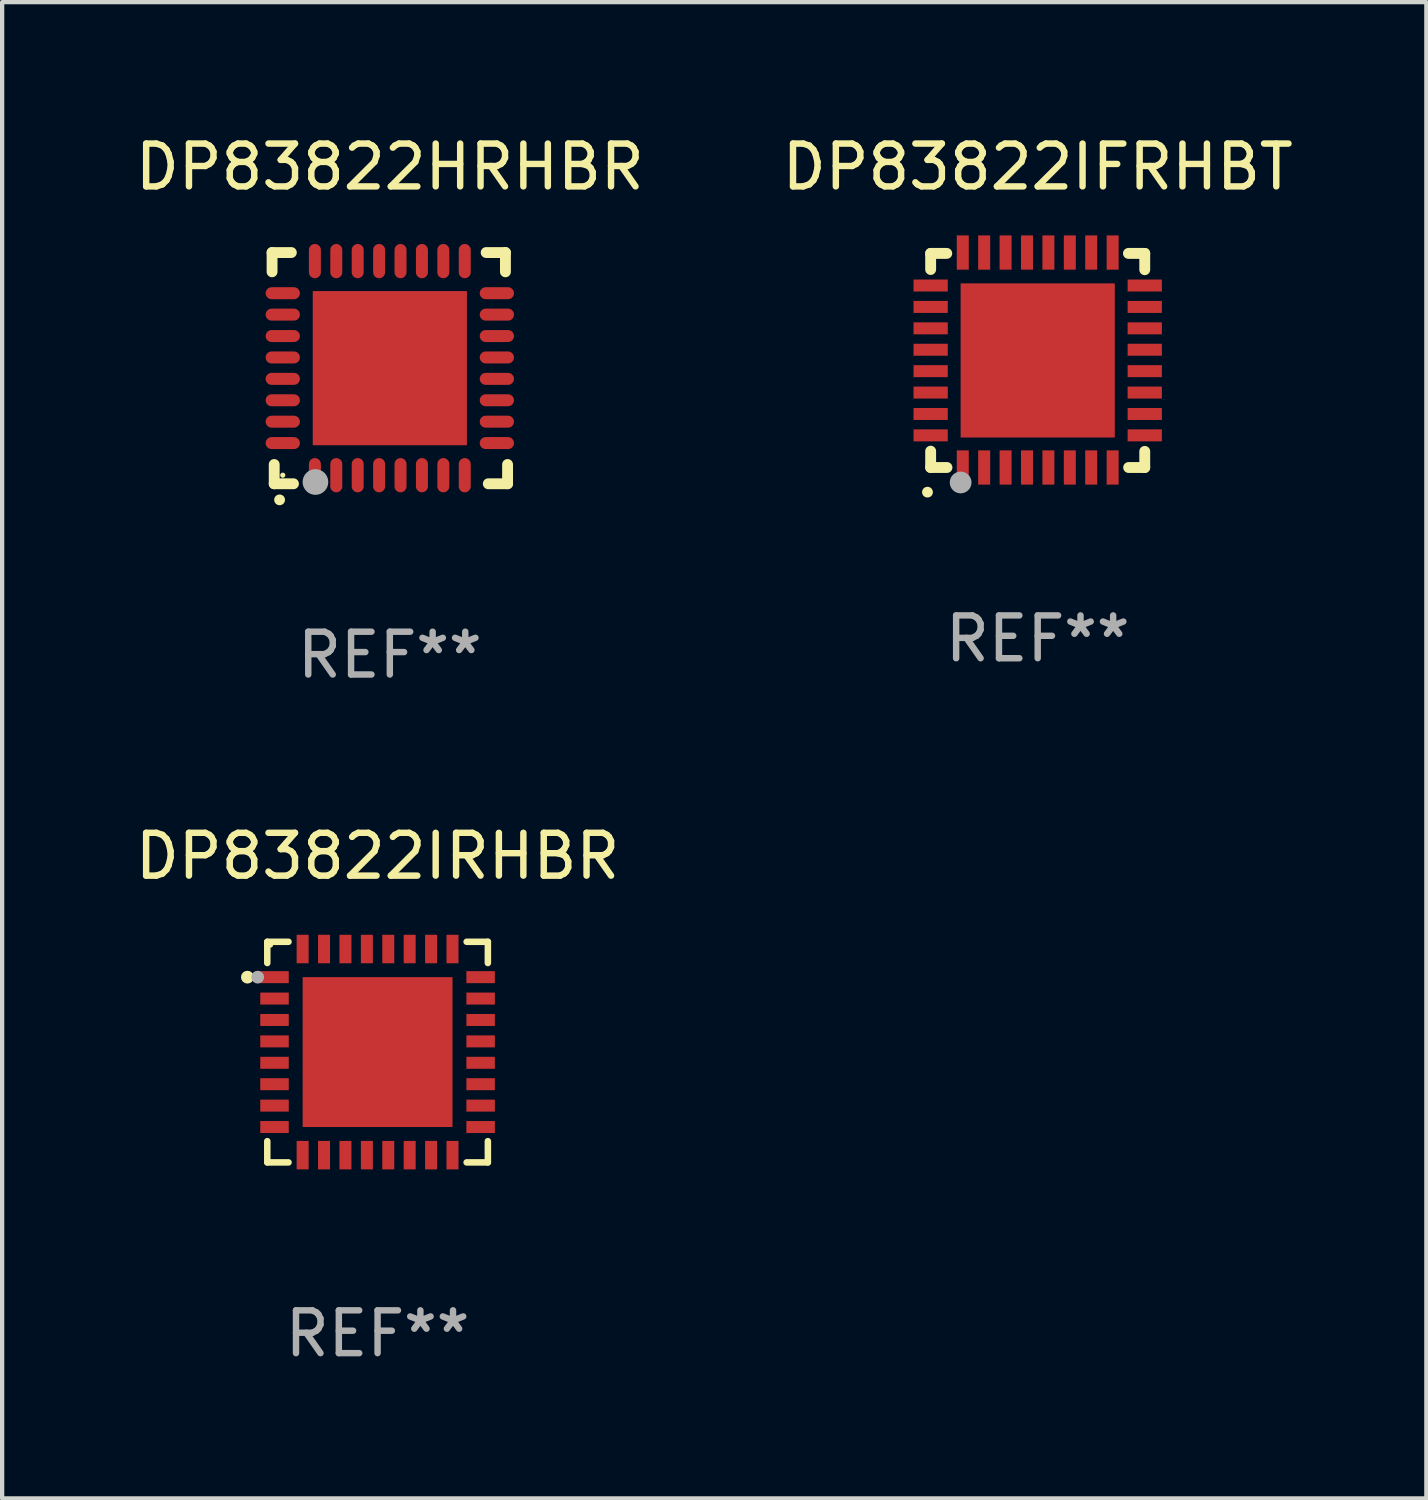
<source format=kicad_pcb>
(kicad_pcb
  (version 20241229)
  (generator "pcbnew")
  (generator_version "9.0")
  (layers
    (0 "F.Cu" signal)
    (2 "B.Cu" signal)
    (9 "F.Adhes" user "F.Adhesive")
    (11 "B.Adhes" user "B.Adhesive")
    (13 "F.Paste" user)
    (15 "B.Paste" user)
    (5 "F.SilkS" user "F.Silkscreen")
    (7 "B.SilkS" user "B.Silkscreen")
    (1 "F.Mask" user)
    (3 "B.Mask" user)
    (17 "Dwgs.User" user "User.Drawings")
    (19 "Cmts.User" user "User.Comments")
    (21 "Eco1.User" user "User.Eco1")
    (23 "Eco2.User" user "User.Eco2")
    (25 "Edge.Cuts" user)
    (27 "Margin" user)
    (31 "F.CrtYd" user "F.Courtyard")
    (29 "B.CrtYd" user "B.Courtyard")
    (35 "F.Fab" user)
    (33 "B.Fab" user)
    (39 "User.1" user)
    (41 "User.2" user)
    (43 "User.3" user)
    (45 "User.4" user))
  (footprint "DP83822HRHBR"
    (layer "F.Cu")
    (at 6.054 5.548)
    (property "Reference" "DP83822HRHBR" (at 0 -4.7 0) (layer "F.SilkS") (effects (font (size 1 1) (thickness 0.15))))
    (attr through_hole)
    (fp_line (start -2.75 -2.7) (end -2.75 -2.25) (stroke (width 0.254) (type solid)) (layer "F.SilkS"))
    (fp_line (start -2.7 2.7) (end -2.7 2.25) (stroke (width 0.254) (type solid)) (layer "F.SilkS"))
    (fp_line (start -2.3 -2.7) (end -2.75 -2.7) (stroke (width 0.254) (type solid)) (layer "F.SilkS"))
    (fp_line (start -2.25 2.7) (end -2.7 2.7) (stroke (width 0.254) (type solid)) (layer "F.SilkS"))
    (fp_line (start 2.3 2.7) (end 2.75 2.7) (stroke (width 0.254) (type solid)) (layer "F.SilkS"))
    (fp_line (start 2.7 -2.7) (end 2.25 -2.7) (stroke (width 0.254) (type solid)) (layer "F.SilkS"))
    (fp_line (start 2.7 -2.25) (end 2.7 -2.7) (stroke (width 0.254) (type solid)) (layer "F.SilkS"))
    (fp_line (start 2.75 2.7) (end 2.75 2.25) (stroke (width 0.254) (type solid)) (layer "F.SilkS"))
    (fp_arc (start -2.575565 3.075946) (mid -2.574295 3.07594) (end -2.573025 3.075946) (stroke (width 0.25) (type solid)) (layer "F.SilkS"))
    (fp_circle (center -2.5 2.5) (end -2.47 2.5) (stroke (width 0.06) (type solid)) (fill no) (layer "F.SilkS"))
    (fp_circle (center -1.737 2.659) (end -1.587 2.659) (stroke (width 0.3) (type solid)) (fill no) (layer "F.Fab"))
    (fp_text user "REF**" (at 0 6.7 0) (layer "F.Fab") (effects (font (size 1 1) (thickness 0.15))))
    (pad "1" smd oval (at -1.75 2.5) (size 0.28 0.8) (layers "F.Cu" "F.Mask" "F.Paste"))
    (pad "2" smd oval (at -1.25 2.5) (size 0.28 0.8) (layers "F.Cu" "F.Mask" "F.Paste"))
    (pad "3" smd oval (at -0.75 2.5) (size 0.28 0.8) (layers "F.Cu" "F.Mask" "F.Paste"))
    (pad "4" smd oval (at -0.25 2.5) (size 0.28 0.8) (layers "F.Cu" "F.Mask" "F.Paste"))
    (pad "5" smd oval (at 0.25 2.5) (size 0.28 0.8) (layers "F.Cu" "F.Mask" "F.Paste"))
    (pad "6" smd oval (at 0.75 2.5) (size 0.28 0.8) (layers "F.Cu" "F.Mask" "F.Paste"))
    (pad "7" smd oval (at 1.25 2.5) (size 0.28 0.8) (layers "F.Cu" "F.Mask" "F.Paste"))
    (pad "8" smd oval (at 1.75 2.5) (size 0.28 0.8) (layers "F.Cu" "F.Mask" "F.Paste"))
    (pad "9" smd oval (at 2.5 1.75) (size 0.8 0.28) (layers "F.Cu" "F.Mask" "F.Paste"))
    (pad "10" smd oval (at 2.5 1.25) (size 0.8 0.28) (layers "F.Cu" "F.Mask" "F.Paste"))
    (pad "11" smd oval (at 2.5 0.75) (size 0.8 0.28) (layers "F.Cu" "F.Mask" "F.Paste"))
    (pad "12" smd oval (at 2.5 0.25) (size 0.8 0.28) (layers "F.Cu" "F.Mask" "F.Paste"))
    (pad "13" smd oval (at 2.5 -0.25) (size 0.8 0.28) (layers "F.Cu" "F.Mask" "F.Paste"))
    (pad "14" smd oval (at 2.5 -0.75) (size 0.8 0.28) (layers "F.Cu" "F.Mask" "F.Paste"))
    (pad "15" smd oval (at 2.5 -1.25) (size 0.8 0.28) (layers "F.Cu" "F.Mask" "F.Paste"))
    (pad "16" smd oval (at 2.5 -1.75) (size 0.8 0.28) (layers "F.Cu" "F.Mask" "F.Paste"))
    (pad "17" smd oval (at 1.75 -2.5) (size 0.28 0.8) (layers "F.Cu" "F.Mask" "F.Paste"))
    (pad "18" smd oval (at 1.25 -2.5) (size 0.28 0.8) (layers "F.Cu" "F.Mask" "F.Paste"))
    (pad "19" smd oval (at 0.75 -2.5) (size 0.28 0.8) (layers "F.Cu" "F.Mask" "F.Paste"))
    (pad "20" smd oval (at 0.25 -2.5) (size 0.28 0.8) (layers "F.Cu" "F.Mask" "F.Paste"))
    (pad "21" smd oval (at -0.25 -2.5) (size 0.28 0.8) (layers "F.Cu" "F.Mask" "F.Paste"))
    (pad "22" smd oval (at -0.75 -2.5) (size 0.28 0.8) (layers "F.Cu" "F.Mask" "F.Paste"))
    (pad "23" smd oval (at -1.25 -2.5) (size 0.28 0.8) (layers "F.Cu" "F.Mask" "F.Paste"))
    (pad "24" smd oval (at -1.75 -2.5) (size 0.28 0.8) (layers "F.Cu" "F.Mask" "F.Paste"))
    (pad "25" smd oval (at -2.5 -1.75) (size 0.8 0.28) (layers "F.Cu" "F.Mask" "F.Paste"))
    (pad "26" smd oval (at -2.5 -1.25) (size 0.8 0.28) (layers "F.Cu" "F.Mask" "F.Paste"))
    (pad "27" smd oval (at -2.5 -0.75) (size 0.8 0.28) (layers "F.Cu" "F.Mask" "F.Paste"))
    (pad "28" smd oval (at -2.5 -0.25) (size 0.8 0.28) (layers "F.Cu" "F.Mask" "F.Paste"))
    (pad "29" smd oval (at -2.5 0.25) (size 0.8 0.28) (layers "F.Cu" "F.Mask" "F.Paste"))
    (pad "30" smd oval (at -2.5 0.75) (size 0.8 0.28) (layers "F.Cu" "F.Mask" "F.Paste"))
    (pad "31" smd oval (at -2.5 1.25) (size 0.8 0.28) (layers "F.Cu" "F.Mask" "F.Paste"))
    (pad "32" smd oval (at -2.5 1.75) (size 0.8 0.28) (layers "F.Cu" "F.Mask" "F.Paste"))
    (pad "33" smd rect (at 0.000076 0.000076) (size 3.6 3.6) (layers "F.Cu" "F.Mask" "F.Paste")))
  (footprint "DP83822IRHBR"
    (layer "F.Cu")
    (at 5.768 21.521)
    (property "Reference" "DP83822IRHBR" (at 0 -4.576 0) (layer "F.SilkS") (effects (font (size 1 1) (thickness 0.15))))
    (attr through_hole)
    (fp_line (start -2.576 -2.576) (end -2.576 -2.08) (stroke (width 0.152) (type solid)) (layer "F.SilkS"))
    (fp_line (start -2.576 2.576) (end -2.576 2.08) (stroke (width 0.152) (type solid)) (layer "F.SilkS"))
    (fp_line (start -2.08 -2.576) (end -2.576 -2.576) (stroke (width 0.152) (type solid)) (layer "F.SilkS"))
    (fp_line (start -2.08 2.576) (end -2.576 2.576) (stroke (width 0.152) (type solid)) (layer "F.SilkS"))
    (fp_line (start 2.08 -2.576) (end 2.576 -2.576) (stroke (width 0.152) (type solid)) (layer "F.SilkS"))
    (fp_line (start 2.08 2.576) (end 2.576 2.576) (stroke (width 0.152) (type solid)) (layer "F.SilkS"))
    (fp_line (start 2.576 -2.576) (end 2.576 -2.08) (stroke (width 0.152) (type solid)) (layer "F.SilkS"))
    (fp_line (start 2.576 2.576) (end 2.576 2.08) (stroke (width 0.152) (type solid)) (layer "F.SilkS"))
    (fp_circle (center -3.04 -1.75) (end -2.965 -1.75) (stroke (width 0.15) (type solid)) (fill no) (layer "F.SilkS"))
    (fp_circle (center -2.5 -2.5) (end -2.47 -2.5) (stroke (width 0.06) (type solid)) (fill no) (layer "F.SilkS"))
    (fp_circle (center -2.8 -1.75) (end -2.725 -1.75) (stroke (width 0.15) (type solid)) (fill no) (layer "F.Fab"))
    (fp_text user "REF**" (at 0 6.576 0) (layer "F.Fab") (effects (font (size 1 1) (thickness 0.15))))
    (pad "1" smd rect (at -2.407 -1.75) (size 0.665 0.28) (layers "F.Cu" "F.Mask" "F.Paste"))
    (pad "2" smd rect (at -2.407 -1.25) (size 0.665 0.28) (layers "F.Cu" "F.Mask" "F.Paste"))
    (pad "3" smd rect (at -2.407 -0.75) (size 0.665 0.28) (layers "F.Cu" "F.Mask" "F.Paste"))
    (pad "4" smd rect (at -2.407 -0.25) (size 0.665 0.28) (layers "F.Cu" "F.Mask" "F.Paste"))
    (pad "5" smd rect (at -2.407 0.25) (size 0.665 0.28) (layers "F.Cu" "F.Mask" "F.Paste"))
    (pad "6" smd rect (at -2.407 0.75) (size 0.665 0.28) (layers "F.Cu" "F.Mask" "F.Paste"))
    (pad "7" smd rect (at -2.407 1.25) (size 0.665 0.28) (layers "F.Cu" "F.Mask" "F.Paste"))
    (pad "8" smd rect (at -2.407 1.75) (size 0.665 0.28) (layers "F.Cu" "F.Mask" "F.Paste"))
    (pad "9" smd rect (at -1.75 2.407) (size 0.28 0.665) (layers "F.Cu" "F.Mask" "F.Paste"))
    (pad "10" smd rect (at -1.25 2.407) (size 0.28 0.665) (layers "F.Cu" "F.Mask" "F.Paste"))
    (pad "11" smd rect (at -0.75 2.407) (size 0.28 0.665) (layers "F.Cu" "F.Mask" "F.Paste"))
    (pad "12" smd rect (at -0.25 2.407) (size 0.28 0.665) (layers "F.Cu" "F.Mask" "F.Paste"))
    (pad "13" smd rect (at 0.25 2.407) (size 0.28 0.665) (layers "F.Cu" "F.Mask" "F.Paste"))
    (pad "14" smd rect (at 0.75 2.407) (size 0.28 0.665) (layers "F.Cu" "F.Mask" "F.Paste"))
    (pad "15" smd rect (at 1.25 2.407) (size 0.28 0.665) (layers "F.Cu" "F.Mask" "F.Paste"))
    (pad "16" smd rect (at 1.75 2.407) (size 0.28 0.665) (layers "F.Cu" "F.Mask" "F.Paste"))
    (pad "17" smd rect (at 2.407 1.75) (size 0.665 0.28) (layers "F.Cu" "F.Mask" "F.Paste"))
    (pad "18" smd rect (at 2.407 1.25) (size 0.665 0.28) (layers "F.Cu" "F.Mask" "F.Paste"))
    (pad "19" smd rect (at 2.407 0.75) (size 0.665 0.28) (layers "F.Cu" "F.Mask" "F.Paste"))
    (pad "20" smd rect (at 2.407 0.25) (size 0.665 0.28) (layers "F.Cu" "F.Mask" "F.Paste"))
    (pad "21" smd rect (at 2.407 -0.25) (size 0.665 0.28) (layers "F.Cu" "F.Mask" "F.Paste"))
    (pad "22" smd rect (at 2.407 -0.75) (size 0.665 0.28) (layers "F.Cu" "F.Mask" "F.Paste"))
    (pad "23" smd rect (at 2.407 -1.25) (size 0.665 0.28) (layers "F.Cu" "F.Mask" "F.Paste"))
    (pad "24" smd rect (at 2.407 -1.75) (size 0.665 0.28) (layers "F.Cu" "F.Mask" "F.Paste"))
    (pad "25" smd rect (at 1.75 -2.407) (size 0.28 0.665) (layers "F.Cu" "F.Mask" "F.Paste"))
    (pad "26" smd rect (at 1.25 -2.407) (size 0.28 0.665) (layers "F.Cu" "F.Mask" "F.Paste"))
    (pad "27" smd rect (at 0.75 -2.407) (size 0.28 0.665) (layers "F.Cu" "F.Mask" "F.Paste"))
    (pad "28" smd rect (at 0.25 -2.407) (size 0.28 0.665) (layers "F.Cu" "F.Mask" "F.Paste"))
    (pad "29" smd rect (at -0.25 -2.407) (size 0.28 0.665) (layers "F.Cu" "F.Mask" "F.Paste"))
    (pad "30" smd rect (at -0.75 -2.407) (size 0.28 0.665) (layers "F.Cu" "F.Mask" "F.Paste"))
    (pad "31" smd rect (at -1.25 -2.407) (size 0.28 0.665) (layers "F.Cu" "F.Mask" "F.Paste"))
    (pad "32" smd rect (at -1.75 -2.407) (size 0.28 0.665) (layers "F.Cu" "F.Mask" "F.Paste"))
    (pad "33" smd rect (at 0 0) (size 3.5 3.5) (layers "F.Cu" "F.Mask" "F.Paste")))
  (footprint "DP83822IFRHBT"
    (layer "F.Cu")
    (at 21.185 5.358)
    (property "Reference" "DP83822IFRHBT" (at 0 -4.51 0) (layer "F.SilkS") (effects (font (size 1 1) (thickness 0.15))))
    (attr through_hole)
    (fp_line (start -2.5 -2.49) (end -2.124 -2.49) (stroke (width 0.254) (type solid)) (layer "F.SilkS"))
    (fp_line (start -2.5 -2.114) (end -2.5 -2.49) (stroke (width 0.254) (type solid)) (layer "F.SilkS"))
    (fp_line (start -2.5 2.51) (end -2.5 2.129) (stroke (width 0.254) (type solid)) (layer "F.SilkS"))
    (fp_line (start -2.5 2.51) (end -2.119 2.51) (stroke (width 0.254) (type solid)) (layer "F.SilkS"))
    (fp_line (start 2.119 -2.49) (end 2.5 -2.49) (stroke (width 0.254) (type solid)) (layer "F.SilkS"))
    (fp_line (start 2.124 2.51) (end 2.5 2.51) (stroke (width 0.254) (type solid)) (layer "F.SilkS"))
    (fp_line (start 2.5 -2.49) (end 2.5 -2.109) (stroke (width 0.254) (type solid)) (layer "F.SilkS"))
    (fp_line (start 2.5 2.134) (end 2.5 2.51) (stroke (width 0.254) (type solid)) (layer "F.SilkS"))
    (fp_arc (start -2.57554 3.086005) (mid -2.57427 3.085999) (end -2.573 3.086005) (stroke (width 0.25) (type solid)) (layer "F.SilkS"))
    (fp_circle (center -2.5 2.5) (end -2.45 2.5) (stroke (width 0.1) (type solid)) (fill no) (layer "F.SilkS"))
    (fp_circle (center -1.8 2.86) (end -1.673 2.86) (stroke (width 0.254) (type solid)) (fill no) (layer "F.Fab"))
    (fp_text user "REF**" (at 0 6.51 0) (layer "F.Fab") (effects (font (size 1 1) (thickness 0.15))))
    (pad "1" smd rect (at -1.75 2.51) (size 0.28 0.8) (layers "F.Cu" "F.Mask" "F.Paste"))
    (pad "2" smd rect (at -1.25 2.51) (size 0.28 0.8) (layers "F.Cu" "F.Mask" "F.Paste"))
    (pad "3" smd rect (at -0.75 2.51) (size 0.28 0.8) (layers "F.Cu" "F.Mask" "F.Paste"))
    (pad "4" smd rect (at -0.25 2.51) (size 0.28 0.8) (layers "F.Cu" "F.Mask" "F.Paste"))
    (pad "5" smd rect (at 0.25 2.51) (size 0.28 0.8) (layers "F.Cu" "F.Mask" "F.Paste"))
    (pad "6" smd rect (at 0.75 2.51) (size 0.28 0.8) (layers "F.Cu" "F.Mask" "F.Paste"))
    (pad "7" smd rect (at 1.25 2.51) (size 0.28 0.8) (layers "F.Cu" "F.Mask" "F.Paste"))
    (pad "8" smd rect (at 1.75 2.51) (size 0.28 0.8) (layers "F.Cu" "F.Mask" "F.Paste"))
    (pad "9" smd rect (at 2.5 1.76) (size 0.8 0.28) (layers "F.Cu" "F.Mask" "F.Paste"))
    (pad "10" smd rect (at 2.5 1.26) (size 0.8 0.28) (layers "F.Cu" "F.Mask" "F.Paste"))
    (pad "11" smd rect (at 2.5 0.76) (size 0.8 0.28) (layers "F.Cu" "F.Mask" "F.Paste"))
    (pad "12" smd rect (at 2.5 0.26) (size 0.8 0.28) (layers "F.Cu" "F.Mask" "F.Paste"))
    (pad "13" smd rect (at 2.5 -0.24) (size 0.8 0.28) (layers "F.Cu" "F.Mask" "F.Paste"))
    (pad "14" smd rect (at 2.5 -0.74) (size 0.8 0.28) (layers "F.Cu" "F.Mask" "F.Paste"))
    (pad "15" smd rect (at 2.5 -1.24) (size 0.8 0.28) (layers "F.Cu" "F.Mask" "F.Paste"))
    (pad "16" smd rect (at 2.5 -1.74) (size 0.8 0.28) (layers "F.Cu" "F.Mask" "F.Paste"))
    (pad "17" smd rect (at 1.75 -2.51) (size 0.28 0.8) (layers "F.Cu" "F.Mask" "F.Paste"))
    (pad "18" smd rect (at 1.25 -2.51) (size 0.28 0.8) (layers "F.Cu" "F.Mask" "F.Paste"))
    (pad "19" smd rect (at 0.75 -2.51) (size 0.28 0.8) (layers "F.Cu" "F.Mask" "F.Paste"))
    (pad "20" smd rect (at 0.25 -2.51) (size 0.28 0.8) (layers "F.Cu" "F.Mask" "F.Paste"))
    (pad "21" smd rect (at -0.25 -2.51) (size 0.28 0.8) (layers "F.Cu" "F.Mask" "F.Paste"))
    (pad "22" smd rect (at -0.75 -2.51) (size 0.28 0.8) (layers "F.Cu" "F.Mask" "F.Paste"))
    (pad "23" smd rect (at -1.25 -2.51) (size 0.28 0.8) (layers "F.Cu" "F.Mask" "F.Paste"))
    (pad "24" smd rect (at -1.75 -2.51) (size 0.28 0.8) (layers "F.Cu" "F.Mask" "F.Paste"))
    (pad "25" smd rect (at -2.5 -1.74) (size 0.8 0.28) (layers "F.Cu" "F.Mask" "F.Paste"))
    (pad "26" smd rect (at -2.5 -1.24) (size 0.8 0.28) (layers "F.Cu" "F.Mask" "F.Paste"))
    (pad "27" smd rect (at -2.5 -0.74) (size 0.8 0.28) (layers "F.Cu" "F.Mask" "F.Paste"))
    (pad "28" smd rect (at -2.5 -0.24) (size 0.8 0.28) (layers "F.Cu" "F.Mask" "F.Paste"))
    (pad "29" smd rect (at -2.5 0.26) (size 0.8 0.28) (layers "F.Cu" "F.Mask" "F.Paste"))
    (pad "30" smd rect (at -2.5 0.76) (size 0.8 0.28) (layers "F.Cu" "F.Mask" "F.Paste"))
    (pad "31" smd rect (at -2.5 1.26) (size 0.8 0.28) (layers "F.Cu" "F.Mask" "F.Paste"))
    (pad "32" smd rect (at -2.5 1.76) (size 0.8 0.28) (layers "F.Cu" "F.Mask" "F.Paste"))
    (pad "33" smd rect (at 0.000102 0.01) (size 3.6 3.6) (layers "F.Cu" "F.Mask" "F.Paste")))
  (gr_rect
    (start -3 -3)
    (end 30.262 31.945)
    (stroke (width 0.1) (type default))
    (fill no)
    (layer "Edge.Cuts")))
</source>
